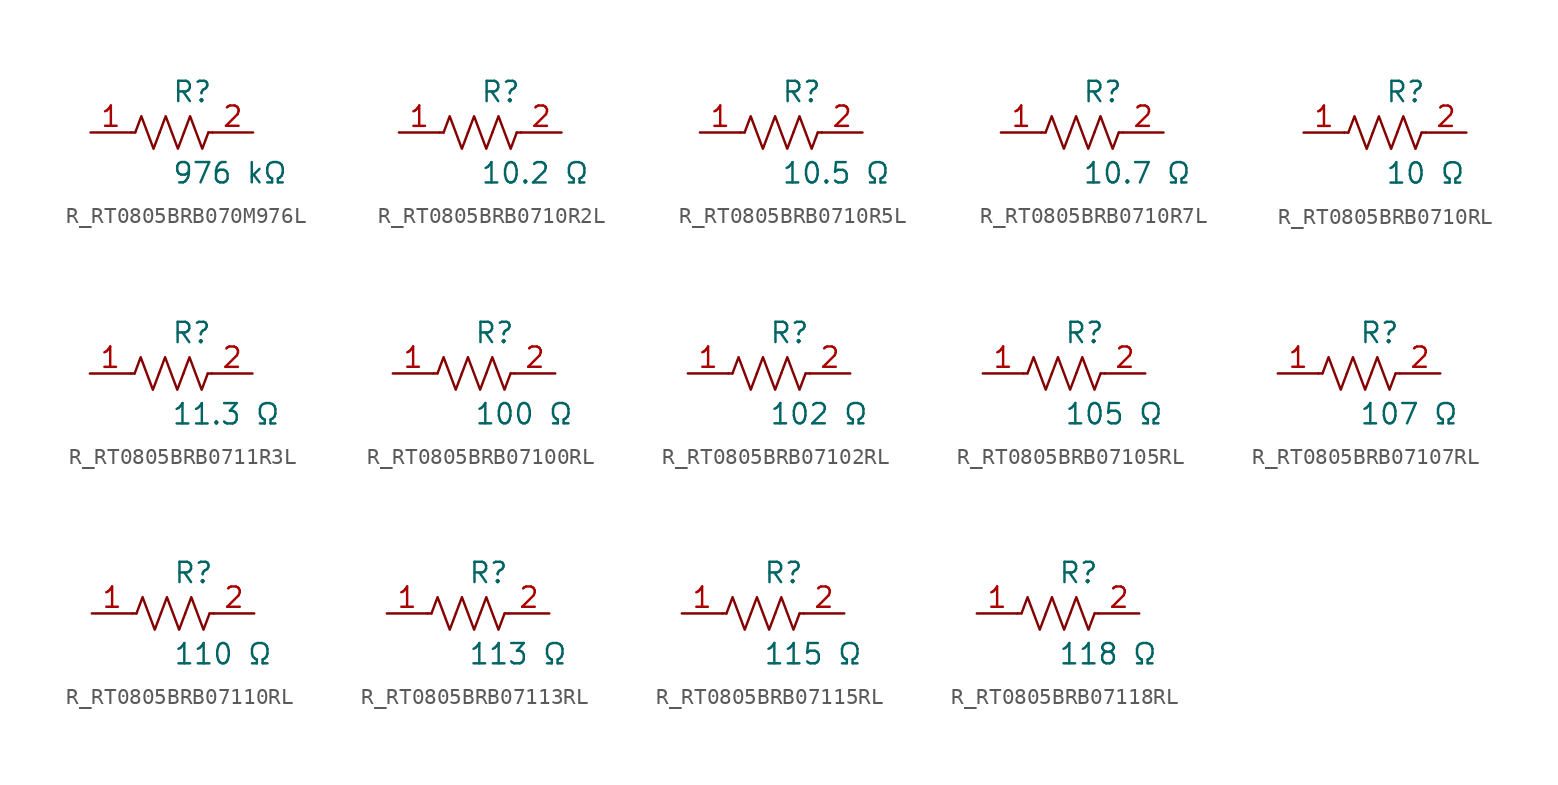
<source format=kicad_sym>
(kicad_symbol_lib
  (version 20231120)
  (generator kicad_symbol_editor)
  (generator_version 8.0)
  (symbol "R_RT0805BRB070M976L"
    (pin_names
      (offset 0.254))
    (property "Reference" "R"
      (at 0.0 2.54 0)
      (effects (font (size 1.27 1.27)) (justify left)))
    (property "Value" "976 kΩ"
      (at 0.0 -2.54 0)
      (effects (font (size 1.27 1.27)) (justify left)))
    (symbol "R_RT0805BRB070M976L_0_1"
      (polyline (pts (xy 2.286 0) (xy 2.54 0)) (stroke (width 0) (type default)) (fill (type none)))
      (polyline (pts (xy -2.286 0) (xy -2.54 0)) (stroke (width 0) (type default)) (fill (type none)))
      (polyline (pts (xy 0.762 0) (xy 1.143 1.016) (xy 1.524 0) (xy 1.905 -1.016) (xy 2.286 0)) (stroke (width 0) (type default)) (fill (type none)))
      (polyline (pts (xy -0.762 0) (xy -0.381 1.016) (xy 0 0) (xy 0.381 -1.016) (xy 0.762 0)) (stroke (width 0) (type default)) (fill (type none)))
      (polyline (pts (xy -2.286 0) (xy -1.905 1.016) (xy -1.524 0) (xy -1.143 -1.016) (xy -0.762 0)) (stroke (width 0) (type default)) (fill (type none))))
    (pin unspecified line
      (at -5.08 0 0)
      (length 2.54)
      (name "" (effects (font (size 1.27 1.27))))
      (number "1" (effects (font (size 1.27 1.27)))))
    (pin unspecified line
      (at 5.08 0 180)
      (length 2.54)
      (name "" (effects (font (size 1.27 1.27))))
      (number "2" (effects (font (size 1.27 1.27))))))
  (symbol "R_RT0805BRB0710R2L"
    (pin_names
      (offset 0.254))
    (property "Reference" "R"
      (at 0.0 2.54 0)
      (effects (font (size 1.27 1.27)) (justify left)))
    (property "Value" "10.2 Ω"
      (at 0.0 -2.54 0)
      (effects (font (size 1.27 1.27)) (justify left)))
    (symbol "R_RT0805BRB0710R2L_0_1"
      (polyline (pts (xy 2.286 0) (xy 2.54 0)) (stroke (width 0) (type default)) (fill (type none)))
      (polyline (pts (xy -2.286 0) (xy -2.54 0)) (stroke (width 0) (type default)) (fill (type none)))
      (polyline (pts (xy 0.762 0) (xy 1.143 1.016) (xy 1.524 0) (xy 1.905 -1.016) (xy 2.286 0)) (stroke (width 0) (type default)) (fill (type none)))
      (polyline (pts (xy -0.762 0) (xy -0.381 1.016) (xy 0 0) (xy 0.381 -1.016) (xy 0.762 0)) (stroke (width 0) (type default)) (fill (type none)))
      (polyline (pts (xy -2.286 0) (xy -1.905 1.016) (xy -1.524 0) (xy -1.143 -1.016) (xy -0.762 0)) (stroke (width 0) (type default)) (fill (type none))))
    (pin unspecified line
      (at -5.08 0 0)
      (length 2.54)
      (name "" (effects (font (size 1.27 1.27))))
      (number "1" (effects (font (size 1.27 1.27)))))
    (pin unspecified line
      (at 5.08 0 180)
      (length 2.54)
      (name "" (effects (font (size 1.27 1.27))))
      (number "2" (effects (font (size 1.27 1.27))))))
  (symbol "R_RT0805BRB0710R5L"
    (pin_names
      (offset 0.254))
    (property "Reference" "R"
      (at 0.0 2.54 0)
      (effects (font (size 1.27 1.27)) (justify left)))
    (property "Value" "10.5 Ω"
      (at 0.0 -2.54 0)
      (effects (font (size 1.27 1.27)) (justify left)))
    (symbol "R_RT0805BRB0710R5L_0_1"
      (polyline (pts (xy 2.286 0) (xy 2.54 0)) (stroke (width 0) (type default)) (fill (type none)))
      (polyline (pts (xy -2.286 0) (xy -2.54 0)) (stroke (width 0) (type default)) (fill (type none)))
      (polyline (pts (xy 0.762 0) (xy 1.143 1.016) (xy 1.524 0) (xy 1.905 -1.016) (xy 2.286 0)) (stroke (width 0) (type default)) (fill (type none)))
      (polyline (pts (xy -0.762 0) (xy -0.381 1.016) (xy 0 0) (xy 0.381 -1.016) (xy 0.762 0)) (stroke (width 0) (type default)) (fill (type none)))
      (polyline (pts (xy -2.286 0) (xy -1.905 1.016) (xy -1.524 0) (xy -1.143 -1.016) (xy -0.762 0)) (stroke (width 0) (type default)) (fill (type none))))
    (pin unspecified line
      (at -5.08 0 0)
      (length 2.54)
      (name "" (effects (font (size 1.27 1.27))))
      (number "1" (effects (font (size 1.27 1.27)))))
    (pin unspecified line
      (at 5.08 0 180)
      (length 2.54)
      (name "" (effects (font (size 1.27 1.27))))
      (number "2" (effects (font (size 1.27 1.27))))))
  (symbol "R_RT0805BRB0710R7L"
    (pin_names
      (offset 0.254))
    (property "Reference" "R"
      (at 0.0 2.54 0)
      (effects (font (size 1.27 1.27)) (justify left)))
    (property "Value" "10.7 Ω"
      (at 0.0 -2.54 0)
      (effects (font (size 1.27 1.27)) (justify left)))
    (symbol "R_RT0805BRB0710R7L_0_1"
      (polyline (pts (xy 2.286 0) (xy 2.54 0)) (stroke (width 0) (type default)) (fill (type none)))
      (polyline (pts (xy -2.286 0) (xy -2.54 0)) (stroke (width 0) (type default)) (fill (type none)))
      (polyline (pts (xy 0.762 0) (xy 1.143 1.016) (xy 1.524 0) (xy 1.905 -1.016) (xy 2.286 0)) (stroke (width 0) (type default)) (fill (type none)))
      (polyline (pts (xy -0.762 0) (xy -0.381 1.016) (xy 0 0) (xy 0.381 -1.016) (xy 0.762 0)) (stroke (width 0) (type default)) (fill (type none)))
      (polyline (pts (xy -2.286 0) (xy -1.905 1.016) (xy -1.524 0) (xy -1.143 -1.016) (xy -0.762 0)) (stroke (width 0) (type default)) (fill (type none))))
    (pin unspecified line
      (at -5.08 0 0)
      (length 2.54)
      (name "" (effects (font (size 1.27 1.27))))
      (number "1" (effects (font (size 1.27 1.27)))))
    (pin unspecified line
      (at 5.08 0 180)
      (length 2.54)
      (name "" (effects (font (size 1.27 1.27))))
      (number "2" (effects (font (size 1.27 1.27))))))
  (symbol "R_RT0805BRB0710RL"
    (pin_names
      (offset 0.254))
    (property "Reference" "R"
      (at 0.0 2.54 0)
      (effects (font (size 1.27 1.27)) (justify left)))
    (property "Value" "10 Ω"
      (at 0.0 -2.54 0)
      (effects (font (size 1.27 1.27)) (justify left)))
    (symbol "R_RT0805BRB0710RL_0_1"
      (polyline (pts (xy 2.286 0) (xy 2.54 0)) (stroke (width 0) (type default)) (fill (type none)))
      (polyline (pts (xy -2.286 0) (xy -2.54 0)) (stroke (width 0) (type default)) (fill (type none)))
      (polyline (pts (xy 0.762 0) (xy 1.143 1.016) (xy 1.524 0) (xy 1.905 -1.016) (xy 2.286 0)) (stroke (width 0) (type default)) (fill (type none)))
      (polyline (pts (xy -0.762 0) (xy -0.381 1.016) (xy 0 0) (xy 0.381 -1.016) (xy 0.762 0)) (stroke (width 0) (type default)) (fill (type none)))
      (polyline (pts (xy -2.286 0) (xy -1.905 1.016) (xy -1.524 0) (xy -1.143 -1.016) (xy -0.762 0)) (stroke (width 0) (type default)) (fill (type none))))
    (pin unspecified line
      (at -5.08 0 0)
      (length 2.54)
      (name "" (effects (font (size 1.27 1.27))))
      (number "1" (effects (font (size 1.27 1.27)))))
    (pin unspecified line
      (at 5.08 0 180)
      (length 2.54)
      (name "" (effects (font (size 1.27 1.27))))
      (number "2" (effects (font (size 1.27 1.27))))))
  (symbol "R_RT0805BRB0711R3L"
    (pin_names
      (offset 0.254))
    (property "Reference" "R"
      (at 0.0 2.54 0)
      (effects (font (size 1.27 1.27)) (justify left)))
    (property "Value" "11.3 Ω"
      (at 0.0 -2.54 0)
      (effects (font (size 1.27 1.27)) (justify left)))
    (symbol "R_RT0805BRB0711R3L_0_1"
      (polyline (pts (xy 2.286 0) (xy 2.54 0)) (stroke (width 0) (type default)) (fill (type none)))
      (polyline (pts (xy -2.286 0) (xy -2.54 0)) (stroke (width 0) (type default)) (fill (type none)))
      (polyline (pts (xy 0.762 0) (xy 1.143 1.016) (xy 1.524 0) (xy 1.905 -1.016) (xy 2.286 0)) (stroke (width 0) (type default)) (fill (type none)))
      (polyline (pts (xy -0.762 0) (xy -0.381 1.016) (xy 0 0) (xy 0.381 -1.016) (xy 0.762 0)) (stroke (width 0) (type default)) (fill (type none)))
      (polyline (pts (xy -2.286 0) (xy -1.905 1.016) (xy -1.524 0) (xy -1.143 -1.016) (xy -0.762 0)) (stroke (width 0) (type default)) (fill (type none))))
    (pin unspecified line
      (at -5.08 0 0)
      (length 2.54)
      (name "" (effects (font (size 1.27 1.27))))
      (number "1" (effects (font (size 1.27 1.27)))))
    (pin unspecified line
      (at 5.08 0 180)
      (length 2.54)
      (name "" (effects (font (size 1.27 1.27))))
      (number "2" (effects (font (size 1.27 1.27))))))
  (symbol "R_RT0805BRB07100RL"
    (pin_names
      (offset 0.254))
    (property "Reference" "R"
      (at 0.0 2.54 0)
      (effects (font (size 1.27 1.27)) (justify left)))
    (property "Value" "100 Ω"
      (at 0.0 -2.54 0)
      (effects (font (size 1.27 1.27)) (justify left)))
    (symbol "R_RT0805BRB07100RL_0_1"
      (polyline (pts (xy 2.286 0) (xy 2.54 0)) (stroke (width 0) (type default)) (fill (type none)))
      (polyline (pts (xy -2.286 0) (xy -2.54 0)) (stroke (width 0) (type default)) (fill (type none)))
      (polyline (pts (xy 0.762 0) (xy 1.143 1.016) (xy 1.524 0) (xy 1.905 -1.016) (xy 2.286 0)) (stroke (width 0) (type default)) (fill (type none)))
      (polyline (pts (xy -0.762 0) (xy -0.381 1.016) (xy 0 0) (xy 0.381 -1.016) (xy 0.762 0)) (stroke (width 0) (type default)) (fill (type none)))
      (polyline (pts (xy -2.286 0) (xy -1.905 1.016) (xy -1.524 0) (xy -1.143 -1.016) (xy -0.762 0)) (stroke (width 0) (type default)) (fill (type none))))
    (pin unspecified line
      (at -5.08 0 0)
      (length 2.54)
      (name "" (effects (font (size 1.27 1.27))))
      (number "1" (effects (font (size 1.27 1.27)))))
    (pin unspecified line
      (at 5.08 0 180)
      (length 2.54)
      (name "" (effects (font (size 1.27 1.27))))
      (number "2" (effects (font (size 1.27 1.27))))))
  (symbol "R_RT0805BRB07102RL"
    (pin_names
      (offset 0.254))
    (property "Reference" "R"
      (at 0.0 2.54 0)
      (effects (font (size 1.27 1.27)) (justify left)))
    (property "Value" "102 Ω"
      (at 0.0 -2.54 0)
      (effects (font (size 1.27 1.27)) (justify left)))
    (symbol "R_RT0805BRB07102RL_0_1"
      (polyline (pts (xy 2.286 0) (xy 2.54 0)) (stroke (width 0) (type default)) (fill (type none)))
      (polyline (pts (xy -2.286 0) (xy -2.54 0)) (stroke (width 0) (type default)) (fill (type none)))
      (polyline (pts (xy 0.762 0) (xy 1.143 1.016) (xy 1.524 0) (xy 1.905 -1.016) (xy 2.286 0)) (stroke (width 0) (type default)) (fill (type none)))
      (polyline (pts (xy -0.762 0) (xy -0.381 1.016) (xy 0 0) (xy 0.381 -1.016) (xy 0.762 0)) (stroke (width 0) (type default)) (fill (type none)))
      (polyline (pts (xy -2.286 0) (xy -1.905 1.016) (xy -1.524 0) (xy -1.143 -1.016) (xy -0.762 0)) (stroke (width 0) (type default)) (fill (type none))))
    (pin unspecified line
      (at -5.08 0 0)
      (length 2.54)
      (name "" (effects (font (size 1.27 1.27))))
      (number "1" (effects (font (size 1.27 1.27)))))
    (pin unspecified line
      (at 5.08 0 180)
      (length 2.54)
      (name "" (effects (font (size 1.27 1.27))))
      (number "2" (effects (font (size 1.27 1.27))))))
  (symbol "R_RT0805BRB07105RL"
    (pin_names
      (offset 0.254))
    (property "Reference" "R"
      (at 0.0 2.54 0)
      (effects (font (size 1.27 1.27)) (justify left)))
    (property "Value" "105 Ω"
      (at 0.0 -2.54 0)
      (effects (font (size 1.27 1.27)) (justify left)))
    (symbol "R_RT0805BRB07105RL_0_1"
      (polyline (pts (xy 2.286 0) (xy 2.54 0)) (stroke (width 0) (type default)) (fill (type none)))
      (polyline (pts (xy -2.286 0) (xy -2.54 0)) (stroke (width 0) (type default)) (fill (type none)))
      (polyline (pts (xy 0.762 0) (xy 1.143 1.016) (xy 1.524 0) (xy 1.905 -1.016) (xy 2.286 0)) (stroke (width 0) (type default)) (fill (type none)))
      (polyline (pts (xy -0.762 0) (xy -0.381 1.016) (xy 0 0) (xy 0.381 -1.016) (xy 0.762 0)) (stroke (width 0) (type default)) (fill (type none)))
      (polyline (pts (xy -2.286 0) (xy -1.905 1.016) (xy -1.524 0) (xy -1.143 -1.016) (xy -0.762 0)) (stroke (width 0) (type default)) (fill (type none))))
    (pin unspecified line
      (at -5.08 0 0)
      (length 2.54)
      (name "" (effects (font (size 1.27 1.27))))
      (number "1" (effects (font (size 1.27 1.27)))))
    (pin unspecified line
      (at 5.08 0 180)
      (length 2.54)
      (name "" (effects (font (size 1.27 1.27))))
      (number "2" (effects (font (size 1.27 1.27))))))
  (symbol "R_RT0805BRB07107RL"
    (pin_names
      (offset 0.254))
    (property "Reference" "R"
      (at 0.0 2.54 0)
      (effects (font (size 1.27 1.27)) (justify left)))
    (property "Value" "107 Ω"
      (at 0.0 -2.54 0)
      (effects (font (size 1.27 1.27)) (justify left)))
    (symbol "R_RT0805BRB07107RL_0_1"
      (polyline (pts (xy 2.286 0) (xy 2.54 0)) (stroke (width 0) (type default)) (fill (type none)))
      (polyline (pts (xy -2.286 0) (xy -2.54 0)) (stroke (width 0) (type default)) (fill (type none)))
      (polyline (pts (xy 0.762 0) (xy 1.143 1.016) (xy 1.524 0) (xy 1.905 -1.016) (xy 2.286 0)) (stroke (width 0) (type default)) (fill (type none)))
      (polyline (pts (xy -0.762 0) (xy -0.381 1.016) (xy 0 0) (xy 0.381 -1.016) (xy 0.762 0)) (stroke (width 0) (type default)) (fill (type none)))
      (polyline (pts (xy -2.286 0) (xy -1.905 1.016) (xy -1.524 0) (xy -1.143 -1.016) (xy -0.762 0)) (stroke (width 0) (type default)) (fill (type none))))
    (pin unspecified line
      (at -5.08 0 0)
      (length 2.54)
      (name "" (effects (font (size 1.27 1.27))))
      (number "1" (effects (font (size 1.27 1.27)))))
    (pin unspecified line
      (at 5.08 0 180)
      (length 2.54)
      (name "" (effects (font (size 1.27 1.27))))
      (number "2" (effects (font (size 1.27 1.27))))))
  (symbol "R_RT0805BRB07110RL"
    (pin_names
      (offset 0.254))
    (property "Reference" "R"
      (at 0.0 2.54 0)
      (effects (font (size 1.27 1.27)) (justify left)))
    (property "Value" "110 Ω"
      (at 0.0 -2.54 0)
      (effects (font (size 1.27 1.27)) (justify left)))
    (symbol "R_RT0805BRB07110RL_0_1"
      (polyline (pts (xy 2.286 0) (xy 2.54 0)) (stroke (width 0) (type default)) (fill (type none)))
      (polyline (pts (xy -2.286 0) (xy -2.54 0)) (stroke (width 0) (type default)) (fill (type none)))
      (polyline (pts (xy 0.762 0) (xy 1.143 1.016) (xy 1.524 0) (xy 1.905 -1.016) (xy 2.286 0)) (stroke (width 0) (type default)) (fill (type none)))
      (polyline (pts (xy -0.762 0) (xy -0.381 1.016) (xy 0 0) (xy 0.381 -1.016) (xy 0.762 0)) (stroke (width 0) (type default)) (fill (type none)))
      (polyline (pts (xy -2.286 0) (xy -1.905 1.016) (xy -1.524 0) (xy -1.143 -1.016) (xy -0.762 0)) (stroke (width 0) (type default)) (fill (type none))))
    (pin unspecified line
      (at -5.08 0 0)
      (length 2.54)
      (name "" (effects (font (size 1.27 1.27))))
      (number "1" (effects (font (size 1.27 1.27)))))
    (pin unspecified line
      (at 5.08 0 180)
      (length 2.54)
      (name "" (effects (font (size 1.27 1.27))))
      (number "2" (effects (font (size 1.27 1.27))))))
  (symbol "R_RT0805BRB07113RL"
    (pin_names
      (offset 0.254))
    (property "Reference" "R"
      (at 0.0 2.54 0)
      (effects (font (size 1.27 1.27)) (justify left)))
    (property "Value" "113 Ω"
      (at 0.0 -2.54 0)
      (effects (font (size 1.27 1.27)) (justify left)))
    (symbol "R_RT0805BRB07113RL_0_1"
      (polyline (pts (xy 2.286 0) (xy 2.54 0)) (stroke (width 0) (type default)) (fill (type none)))
      (polyline (pts (xy -2.286 0) (xy -2.54 0)) (stroke (width 0) (type default)) (fill (type none)))
      (polyline (pts (xy 0.762 0) (xy 1.143 1.016) (xy 1.524 0) (xy 1.905 -1.016) (xy 2.286 0)) (stroke (width 0) (type default)) (fill (type none)))
      (polyline (pts (xy -0.762 0) (xy -0.381 1.016) (xy 0 0) (xy 0.381 -1.016) (xy 0.762 0)) (stroke (width 0) (type default)) (fill (type none)))
      (polyline (pts (xy -2.286 0) (xy -1.905 1.016) (xy -1.524 0) (xy -1.143 -1.016) (xy -0.762 0)) (stroke (width 0) (type default)) (fill (type none))))
    (pin unspecified line
      (at -5.08 0 0)
      (length 2.54)
      (name "" (effects (font (size 1.27 1.27))))
      (number "1" (effects (font (size 1.27 1.27)))))
    (pin unspecified line
      (at 5.08 0 180)
      (length 2.54)
      (name "" (effects (font (size 1.27 1.27))))
      (number "2" (effects (font (size 1.27 1.27))))))
  (symbol "R_RT0805BRB07115RL"
    (pin_names
      (offset 0.254))
    (property "Reference" "R"
      (at 0.0 2.54 0)
      (effects (font (size 1.27 1.27)) (justify left)))
    (property "Value" "115 Ω"
      (at 0.0 -2.54 0)
      (effects (font (size 1.27 1.27)) (justify left)))
    (symbol "R_RT0805BRB07115RL_0_1"
      (polyline (pts (xy 2.286 0) (xy 2.54 0)) (stroke (width 0) (type default)) (fill (type none)))
      (polyline (pts (xy -2.286 0) (xy -2.54 0)) (stroke (width 0) (type default)) (fill (type none)))
      (polyline (pts (xy 0.762 0) (xy 1.143 1.016) (xy 1.524 0) (xy 1.905 -1.016) (xy 2.286 0)) (stroke (width 0) (type default)) (fill (type none)))
      (polyline (pts (xy -0.762 0) (xy -0.381 1.016) (xy 0 0) (xy 0.381 -1.016) (xy 0.762 0)) (stroke (width 0) (type default)) (fill (type none)))
      (polyline (pts (xy -2.286 0) (xy -1.905 1.016) (xy -1.524 0) (xy -1.143 -1.016) (xy -0.762 0)) (stroke (width 0) (type default)) (fill (type none))))
    (pin unspecified line
      (at -5.08 0 0)
      (length 2.54)
      (name "" (effects (font (size 1.27 1.27))))
      (number "1" (effects (font (size 1.27 1.27)))))
    (pin unspecified line
      (at 5.08 0 180)
      (length 2.54)
      (name "" (effects (font (size 1.27 1.27))))
      (number "2" (effects (font (size 1.27 1.27))))))
  (symbol "R_RT0805BRB07118RL"
    (pin_names
      (offset 0.254))
    (property "Reference" "R"
      (at 0.0 2.54 0)
      (effects (font (size 1.27 1.27)) (justify left)))
    (property "Value" "118 Ω"
      (at 0.0 -2.54 0)
      (effects (font (size 1.27 1.27)) (justify left)))
    (symbol "R_RT0805BRB07118RL_0_1"
      (polyline (pts (xy 2.286 0) (xy 2.54 0)) (stroke (width 0) (type default)) (fill (type none)))
      (polyline (pts (xy -2.286 0) (xy -2.54 0)) (stroke (width 0) (type default)) (fill (type none)))
      (polyline (pts (xy 0.762 0) (xy 1.143 1.016) (xy 1.524 0) (xy 1.905 -1.016) (xy 2.286 0)) (stroke (width 0) (type default)) (fill (type none)))
      (polyline (pts (xy -0.762 0) (xy -0.381 1.016) (xy 0 0) (xy 0.381 -1.016) (xy 0.762 0)) (stroke (width 0) (type default)) (fill (type none)))
      (polyline (pts (xy -2.286 0) (xy -1.905 1.016) (xy -1.524 0) (xy -1.143 -1.016) (xy -0.762 0)) (stroke (width 0) (type default)) (fill (type none))))
    (pin unspecified line
      (at -5.08 0 0)
      (length 2.54)
      (name "" (effects (font (size 1.27 1.27))))
      (number "1" (effects (font (size 1.27 1.27)))))
    (pin unspecified line
      (at 5.08 0 180)
      (length 2.54)
      (name "" (effects (font (size 1.27 1.27))))
      (number "2" (effects (font (size 1.27 1.27)))))))
</source>
